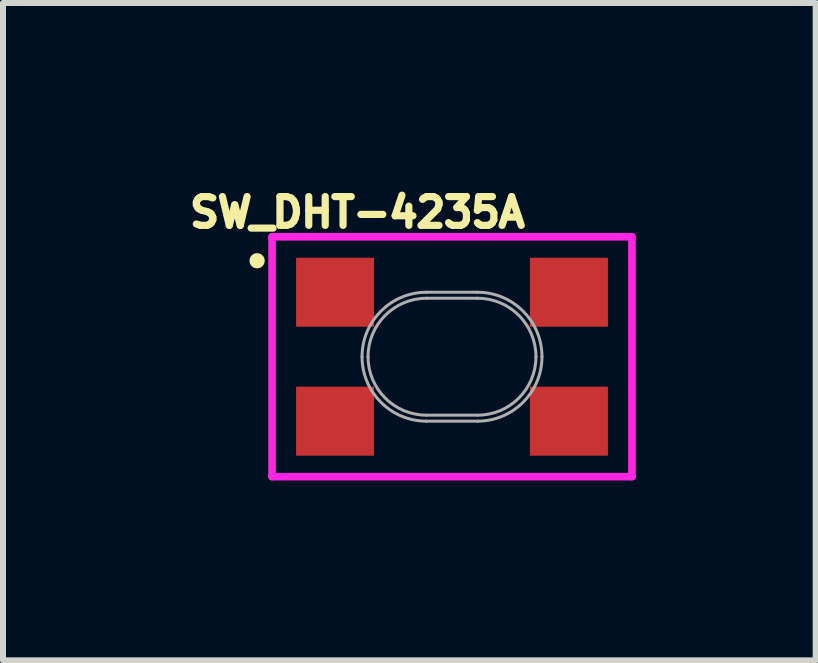
<source format=kicad_pcb>
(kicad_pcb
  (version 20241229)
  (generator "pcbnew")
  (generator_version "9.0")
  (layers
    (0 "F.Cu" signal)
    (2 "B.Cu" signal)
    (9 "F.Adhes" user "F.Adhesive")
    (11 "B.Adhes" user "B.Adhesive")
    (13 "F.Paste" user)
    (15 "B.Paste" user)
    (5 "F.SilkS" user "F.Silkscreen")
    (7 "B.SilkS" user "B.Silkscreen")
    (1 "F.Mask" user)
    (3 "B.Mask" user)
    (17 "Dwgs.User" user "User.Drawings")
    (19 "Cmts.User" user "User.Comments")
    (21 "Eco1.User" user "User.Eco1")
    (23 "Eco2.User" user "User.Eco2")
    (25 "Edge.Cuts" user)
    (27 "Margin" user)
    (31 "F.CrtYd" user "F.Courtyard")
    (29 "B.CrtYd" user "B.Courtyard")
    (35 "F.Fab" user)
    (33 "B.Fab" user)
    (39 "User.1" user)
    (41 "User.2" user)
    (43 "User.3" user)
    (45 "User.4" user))
  (footprint "SW_DHT-4235A"
    (layer "F.Cu")
    (at 4.487 2.898)
    (property "Reference" "SW_DHT-4235A" (at -1.577 -2.406 0) (layer "F.SilkS") (effects (font (size 0.48 0.48) (thickness 0.15))))
    (attr smd)
    (fp_circle (center -3.25 -1.6) (end -3.123 -1.6) (stroke (width 0) (type solid)) (fill yes) (layer "F.SilkS"))
    (fp_line (start -3 -2) (end 3 -2) (stroke (width 0.127) (type solid)) (layer "F.CrtYd"))
    (fp_line (start -3 2) (end -3 -2) (stroke (width 0.127) (type solid)) (layer "F.CrtYd"))
    (fp_line (start 3 -2) (end 3 2) (stroke (width 0.127) (type solid)) (layer "F.CrtYd"))
    (fp_line (start 3 2) (end -3 2) (stroke (width 0.127) (type solid)) (layer "F.CrtYd"))
    (fp_line (start -0.425 -1.075) (end 0.425 -1.075) (stroke (width 0.05) (type solid)) (layer "F.Fab"))
    (fp_line (start -0.425 -0.975) (end 0.425 -0.975) (stroke (width 0.05) (type solid)) (layer "F.Fab"))
    (fp_line (start 0.425 0.975) (end -0.425 0.975) (stroke (width 0.05) (type solid)) (layer "F.Fab"))
    (fp_line (start 0.425 1.075) (end -0.425 1.075) (stroke (width 0.05) (type solid)) (layer "F.Fab"))
    (fp_arc (start -1.5 0) (mid -1.18514 -0.76014) (end -0.425 -1.075) (stroke (width 0.05) (type solid)) (layer "F.Fab"))
    (fp_arc (start -1.4 0) (mid -1.114429 -0.689429) (end -0.425 -0.975) (stroke (width 0.05) (type solid)) (layer "F.Fab"))
    (fp_arc (start -0.425 0.975) (mid -1.114429 0.689429) (end -1.4 0) (stroke (width 0.05) (type solid)) (layer "F.Fab"))
    (fp_arc (start -0.425 1.075) (mid -1.18514 0.76014) (end -1.5 0) (stroke (width 0.05) (type solid)) (layer "F.Fab"))
    (fp_arc (start 0.425 -1.075) (mid 1.18514 -0.76014) (end 1.5 0) (stroke (width 0.05) (type solid)) (layer "F.Fab"))
    (fp_arc (start 0.425 -0.975) (mid 1.114429 -0.689429) (end 1.4 0) (stroke (width 0.05) (type solid)) (layer "F.Fab"))
    (fp_arc (start 1.4 0) (mid 1.114429 0.689429) (end 0.425 0.975) (stroke (width 0.05) (type solid)) (layer "F.Fab"))
    (fp_arc (start 1.5 0) (mid 1.18514 0.76014) (end 0.425 1.075) (stroke (width 0.05) (type solid)) (layer "F.Fab"))
    (pad "1" smd rect (at -1.95 -1.075) (size 1.3 1.15) (layers "F.Cu" "F.Mask" "F.Paste"))
    (pad "2" smd rect (at 1.95 -1.075) (size 1.3 1.15) (layers "F.Cu" "F.Mask" "F.Paste"))
    (pad "3" smd rect (at -1.95 1.075) (size 1.3 1.15) (layers "F.Cu" "F.Mask" "F.Paste"))
    (pad "4" smd rect (at 1.95 1.075) (size 1.3 1.15) (layers "F.Cu" "F.Mask" "F.Paste")))
  (gr_rect
    (start -3 -3)
    (end 10.551 7.961)
    (stroke (width 0.1) (type default))
    (fill no)
    (layer "Edge.Cuts")))
</source>
